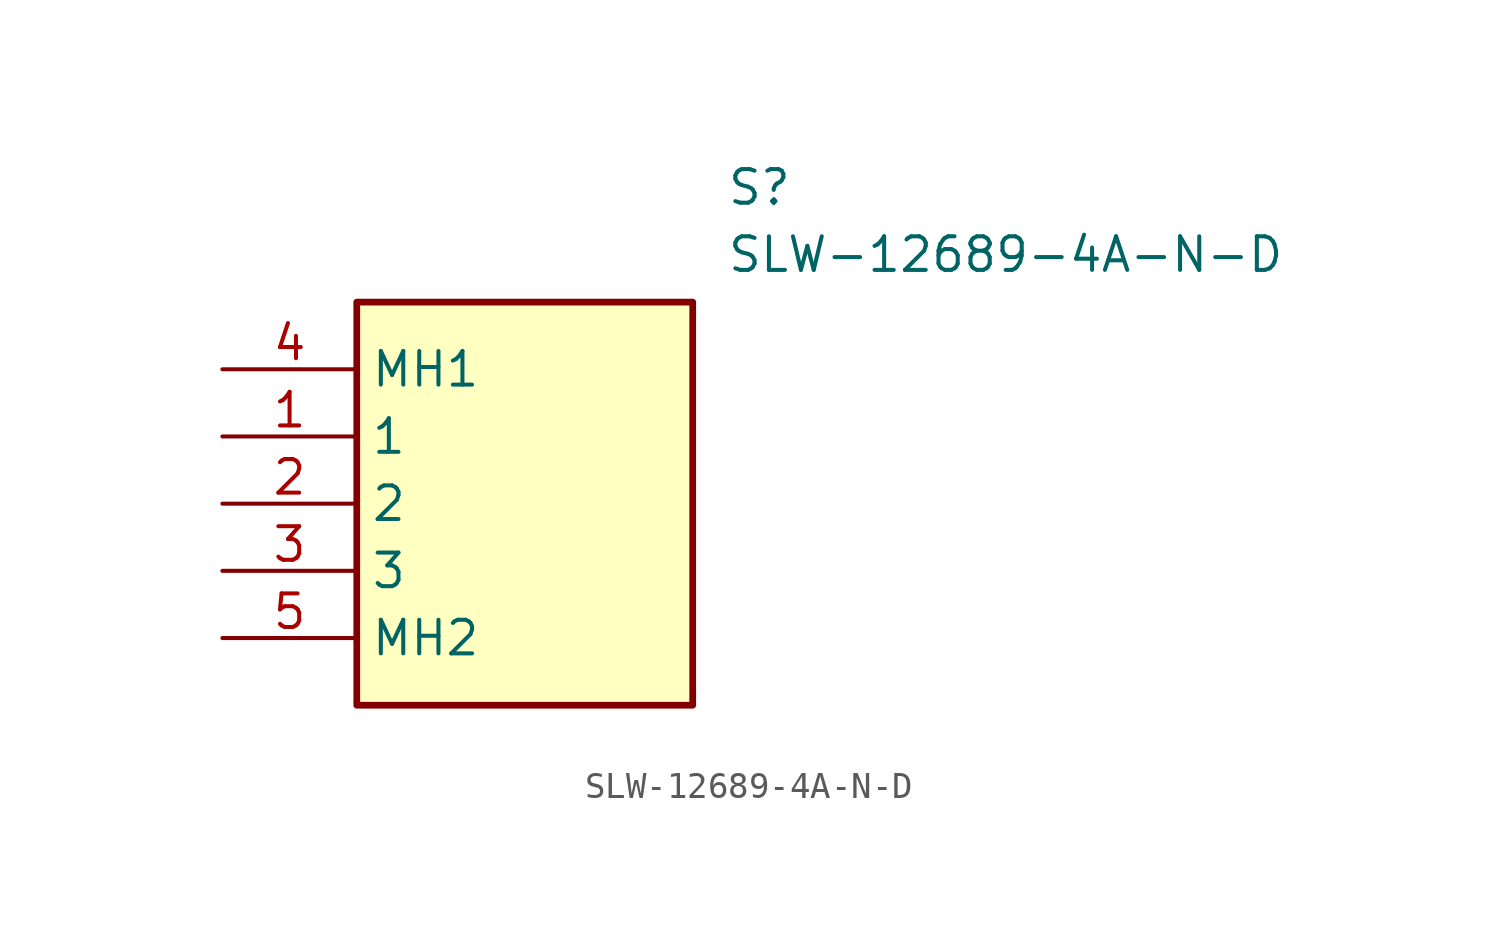
<source format=kicad_sym>
(kicad_symbol_lib
  (version 20211014)
  (generator SamacSys_ECAD_Model)
  (symbol "SLW-12689-4A-N-D"
    (property "Reference" "S"
      (at 19.05 7.62 0)
      (effects (font (size 1.27 1.27)) (justify left top)))
    (property "Value" "SLW-12689-4A-N-D"
      (at 19.05 5.08 0)
      (effects (font (size 1.27 1.27)) (justify left top)))
    (rectangle
      (start 5.08 2.54)
      (end 17.78 -12.7)
      (stroke (width 0.254) (type default))
      (fill (type background)))
    (pin passive line
      (at 0 -2.54 0)
      (length 5.08)
      (name "1" (effects (font (size 1.27 1.27))))
      (number "1" (effects (font (size 1.27 1.27)))))
    (pin passive line
      (at 0 -5.08 0)
      (length 5.08)
      (name "2" (effects (font (size 1.27 1.27))))
      (number "2" (effects (font (size 1.27 1.27)))))
    (pin passive line
      (at 0 -7.62 0)
      (length 5.08)
      (name "3" (effects (font (size 1.27 1.27))))
      (number "3" (effects (font (size 1.27 1.27)))))
    (pin passive line
      (at 0 0 0)
      (length 5.08)
      (name "MH1" (effects (font (size 1.27 1.27))))
      (number "4" (effects (font (size 1.27 1.27)))))
    (pin passive line
      (at 0 -10.16 0)
      (length 5.08)
      (name "MH2" (effects (font (size 1.27 1.27))))
      (number "5" (effects (font (size 1.27 1.27)))))))
</source>
